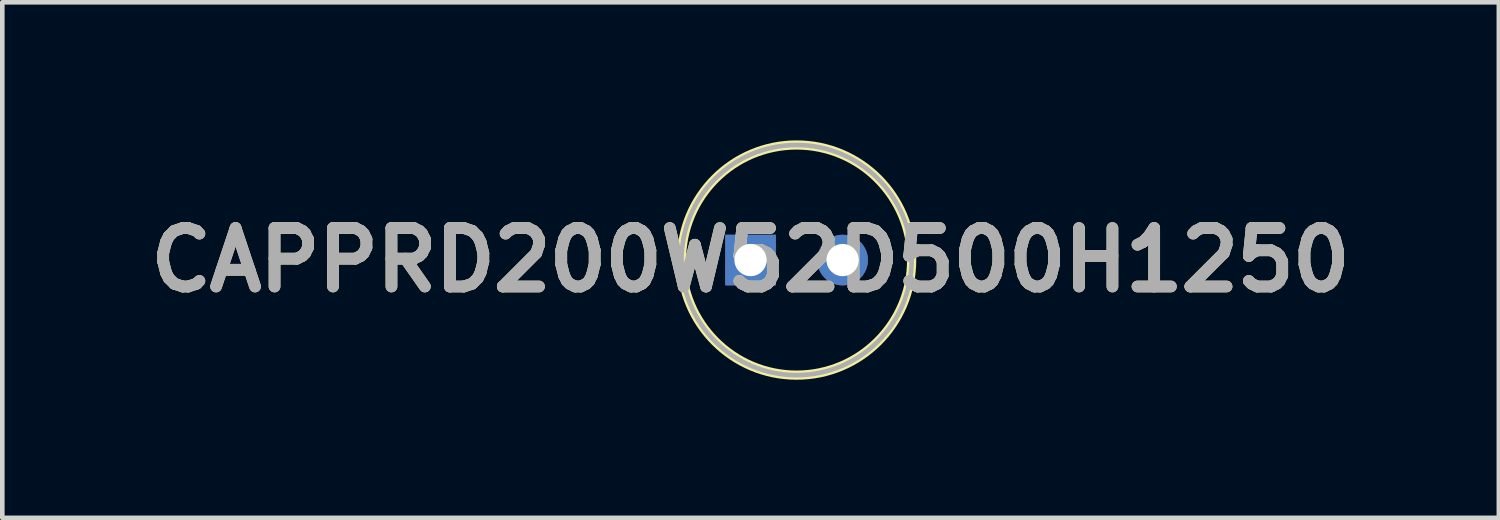
<source format=kicad_pcb>
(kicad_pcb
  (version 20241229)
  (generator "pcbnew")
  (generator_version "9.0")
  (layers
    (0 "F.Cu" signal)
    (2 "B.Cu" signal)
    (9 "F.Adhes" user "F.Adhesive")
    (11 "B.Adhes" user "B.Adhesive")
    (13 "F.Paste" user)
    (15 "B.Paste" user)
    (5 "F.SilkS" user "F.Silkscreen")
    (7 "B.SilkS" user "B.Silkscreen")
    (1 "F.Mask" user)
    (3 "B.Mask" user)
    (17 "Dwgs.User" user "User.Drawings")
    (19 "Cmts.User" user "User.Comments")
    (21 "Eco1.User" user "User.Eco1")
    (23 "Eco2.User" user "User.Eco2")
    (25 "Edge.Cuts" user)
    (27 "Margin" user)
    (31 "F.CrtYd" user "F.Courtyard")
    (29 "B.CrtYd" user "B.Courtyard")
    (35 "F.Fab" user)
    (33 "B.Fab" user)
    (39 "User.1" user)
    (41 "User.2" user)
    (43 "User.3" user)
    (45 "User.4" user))
  (footprint "CAPPRD200W52D500H1250"
    (layer "F.Cu")
    (at 13.256 2.6)
    (property "Reference" "CAPPRD200W52D500H1250" (at 0 0 0) (layer "F.SilkS") (effects (font (size 1.27 1.27) (thickness 0.254))))
    (attr through_hole)
    (fp_circle (center 1 0) (end 1 2.5) (stroke (width 0.2) (type solid)) (fill no) (layer "F.SilkS"))
    (fp_circle (center 1 0) (end 1 2.5) (stroke (width 0.1) (type solid)) (fill no) (layer "F.Fab"))
    (fp_text user "${REFERENCE}" (at 0 0 0) (layer "F.Fab") (effects (font (size 1.27 1.27) (thickness 0.254))))
    (pad "1" thru_hole rect (at 0 0) (size 1.1 1.1) (drill 0.7) (layers "*.Cu" "*.Mask"))
    (pad "2" thru_hole circle (at 2 0) (size 1.1 1.1) (drill 0.7) (layers "*.Cu" "*.Mask")))
  (gr_rect
    (start -3 -3)
    (end 29.513 8.2)
    (stroke (width 0.1) (type default))
    (fill no)
    (layer "Edge.Cuts")))
</source>
